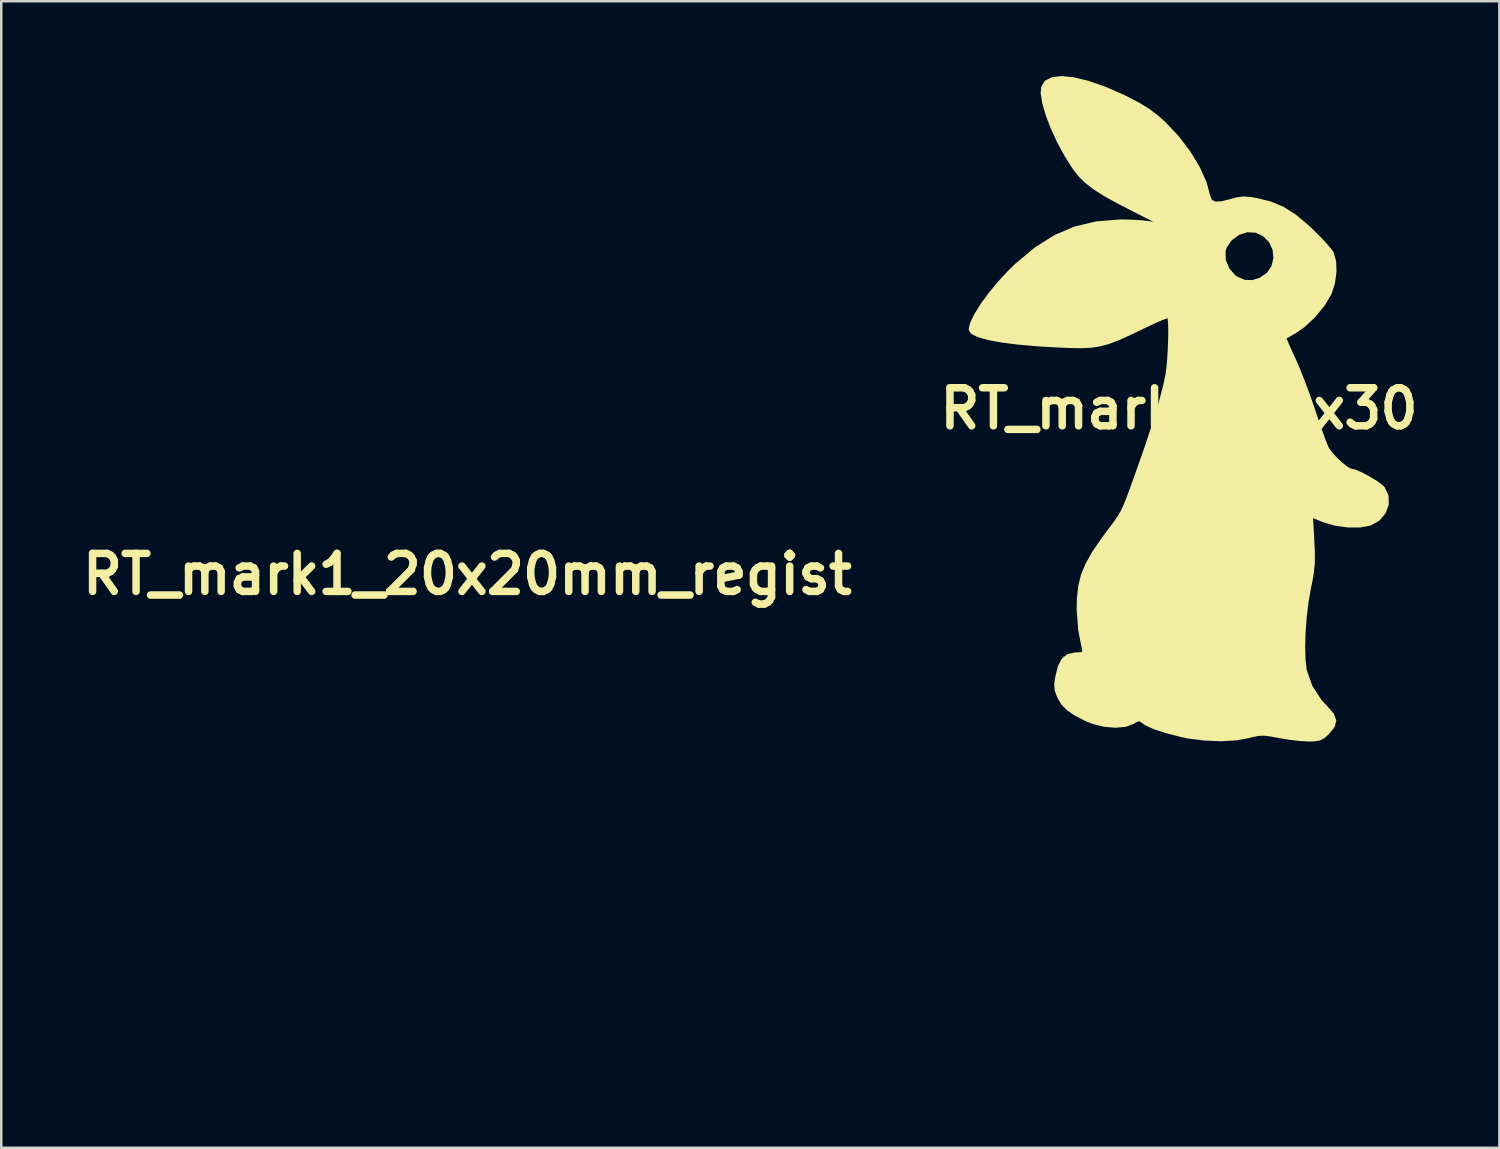
<source format=kicad_pcb>
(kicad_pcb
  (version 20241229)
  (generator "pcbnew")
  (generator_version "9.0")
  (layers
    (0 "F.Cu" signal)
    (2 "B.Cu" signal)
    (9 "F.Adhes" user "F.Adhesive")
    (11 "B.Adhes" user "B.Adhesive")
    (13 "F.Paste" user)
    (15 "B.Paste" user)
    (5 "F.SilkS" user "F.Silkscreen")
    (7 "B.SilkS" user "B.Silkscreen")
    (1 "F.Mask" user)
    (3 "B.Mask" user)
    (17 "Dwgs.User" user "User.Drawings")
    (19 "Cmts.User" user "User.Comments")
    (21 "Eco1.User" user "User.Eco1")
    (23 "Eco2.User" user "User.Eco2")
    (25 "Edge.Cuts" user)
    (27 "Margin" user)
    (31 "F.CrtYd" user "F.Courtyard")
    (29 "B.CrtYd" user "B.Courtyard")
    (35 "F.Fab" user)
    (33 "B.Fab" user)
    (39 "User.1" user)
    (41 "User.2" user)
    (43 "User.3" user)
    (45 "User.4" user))
  (footprint "RT_mark1_30x30"
    (layer "F.Cu")
    (at 44.206 13.327)
    (property "Reference" "RT_mark1_30x30" (at 0 0 0) (layer "F.SilkS") (effects (font (size 1.524 1.524) (thickness 0.3))))
    (attr through_hole)
    (fp_poly (pts (xy 8.359 3.832) (xy 8.241 4.163) (xy 8.01 4.443) (xy 7.681 4.633) (xy 7.659 4.641) (xy 7.259 4.714) (xy 6.774 4.714) (xy 6.269 4.646) (xy 5.808 4.514) (xy 5.771 4.499) (xy 5.319 4.313) (xy 5.375 5.31) (xy 5.396 5.8) (xy 5.393 6.188) (xy 5.361 6.539) (xy 5.296 6.921) (xy 5.247 7.154) (xy 5.147 7.713) (xy 5.072 8.326) (xy 5.024 8.951) (xy 5.007 9.544) (xy 5.021 10.062) (xy 5.069 10.464) (xy 5.078 10.509) (xy 5.303 11.146) (xy 5.669 11.708) (xy 5.92 11.976) (xy 6.163 12.257) (xy 6.253 12.5) (xy 6.193 12.737) (xy 5.984 12.999) (xy 5.977 13.005) (xy 5.794 13.171) (xy 5.627 13.257) (xy 5.407 13.289) (xy 5.194 13.293) (xy 4.862 13.275) (xy 4.45 13.228) (xy 4.04 13.162) (xy 4.001 13.154) (xy 3.834 13.123) (xy 3.834 -6.031) (xy 3.799 -6.376) (xy 3.653 -6.695) (xy 3.4 -6.952) (xy 3.083 -7.1) (xy 2.729 -7.119) (xy 2.378 -7.002) (xy 2.076 -6.78) (xy 1.869 -6.481) (xy 1.815 -6.307) (xy 1.826 -5.949) (xy 1.968 -5.597) (xy 2.214 -5.314) (xy 2.302 -5.252) (xy 2.627 -5.108) (xy 2.944 -5.101) (xy 3.245 -5.195) (xy 3.56 -5.405) (xy 3.756 -5.695) (xy 3.834 -6.031) (xy 3.834 13.123) (xy 3.643 13.088) (xy 3.389 13.059) (xy 3.179 13.069) (xy 2.95 13.116) (xy 2.811 13.154) (xy 2.303 13.247) (xy 1.694 13.282) (xy 1.038 13.258) (xy 0.393 13.177) (xy 0.127 13.123) (xy -0.51 12.96) (xy -0.999 12.801) (xy -1.333 12.647) (xy -1.449 12.564) (xy -1.565 12.484) (xy -1.682 12.499) (xy -1.831 12.588) (xy -2.136 12.704) (xy -2.54 12.742) (xy -2.995 12.704) (xy -3.451 12.591) (xy -3.676 12.502) (xy -4.134 12.272) (xy -4.459 12.053) (xy -4.684 11.819) (xy -4.836 11.553) (xy -4.931 11.292) (xy -4.952 11.054) (xy -4.912 10.76) (xy -4.804 10.332) (xy -4.659 10.05) (xy -4.455 9.888) (xy -4.17 9.825) (xy -4.06 9.821) (xy -3.878 9.807) (xy -3.823 9.739) (xy -3.842 9.631) (xy -3.991 8.874) (xy -4.052 8.065) (xy -4.044 7.613) (xy -3.991 7.126) (xy -3.882 6.678) (xy -3.7 6.235) (xy -3.431 5.76) (xy -3.058 5.216) (xy -2.925 5.038) (xy -2.702 4.74) (xy -2.531 4.508) (xy -2.399 4.311) (xy -2.288 4.119) (xy -2.185 3.901) (xy -2.074 3.627) (xy -1.94 3.267) (xy -1.768 2.79) (xy -1.688 2.568) (xy -1.323 1.529) (xy -1.015 0.592) (xy -0.767 -0.23) (xy -0.585 -0.923) (xy -0.501 -1.312) (xy -0.46 -1.597) (xy -0.426 -1.96) (xy -0.401 -2.364) (xy -0.386 -2.771) (xy -0.381 -3.143) (xy -0.389 -3.442) (xy -0.41 -3.631) (xy -0.427 -3.673) (xy -0.517 -3.656) (xy -0.727 -3.575) (xy -1.027 -3.444) (xy -1.386 -3.274) (xy -1.417 -3.26) (xy -1.989 -2.984) (xy -2.449 -2.779) (xy -2.835 -2.633) (xy -3.185 -2.539) (xy -3.538 -2.488) (xy -3.931 -2.471) (xy -4.403 -2.479) (xy -4.741 -2.493) (xy -5.648 -2.544) (xy -6.441 -2.613) (xy -7.111 -2.699) (xy -7.65 -2.799) (xy -8.047 -2.912) (xy -8.294 -3.036) (xy -8.382 -3.17) (xy -8.382 -3.173) (xy -8.322 -3.429) (xy -8.156 -3.772) (xy -7.901 -4.179) (xy -7.575 -4.623) (xy -7.197 -5.079) (xy -6.784 -5.521) (xy -6.521 -5.776) (xy -5.746 -6.421) (xy -4.971 -6.909) (xy -4.171 -7.249) (xy -3.321 -7.452) (xy -2.397 -7.529) (xy -2.201 -7.53) (xy -1.82 -7.518) (xy -1.442 -7.492) (xy -1.163 -7.459) (xy -0.935 -7.425) (xy -0.8 -7.411) (xy -0.782 -7.414) (xy -0.862 -7.458) (xy -1.064 -7.563) (xy -1.362 -7.714) (xy -1.725 -7.897) (xy -1.82 -7.945) (xy -2.465 -8.277) (xy -2.977 -8.562) (xy -3.38 -8.816) (xy -3.696 -9.057) (xy -3.95 -9.3) (xy -4.165 -9.564) (xy -4.212 -9.629) (xy -4.539 -10.141) (xy -4.837 -10.689) (xy -5.092 -11.242) (xy -5.294 -11.771) (xy -5.432 -12.246) (xy -5.493 -12.637) (xy -5.477 -12.879) (xy -5.34 -13.104) (xy -5.076 -13.236) (xy -4.696 -13.277) (xy -4.213 -13.227) (xy -3.64 -13.088) (xy -2.989 -12.862) (xy -2.272 -12.551) (xy -2.138 -12.486) (xy -1.623 -12.219) (xy -1.213 -11.968) (xy -0.855 -11.695) (xy -0.589 -11.457) (xy -0.06 -10.898) (xy 0.404 -10.289) (xy 0.784 -9.665) (xy 1.058 -9.058) (xy 1.203 -8.518) (xy 1.279 -8.331) (xy 1.446 -8.247) (xy 1.722 -8.261) (xy 2.027 -8.338) (xy 2.34 -8.422) (xy 2.591 -8.452) (xy 2.864 -8.432) (xy 3.109 -8.391) (xy 3.667 -8.252) (xy 4.166 -8.043) (xy 4.647 -7.739) (xy 5.154 -7.316) (xy 5.316 -7.164) (xy 5.612 -6.87) (xy 5.87 -6.595) (xy 6.06 -6.373) (xy 6.146 -6.251) (xy 6.245 -5.914) (xy 6.263 -5.491) (xy 6.204 -5.04) (xy 6.069 -4.62) (xy 6.057 -4.594) (xy 5.789 -4.146) (xy 5.419 -3.697) (xy 5 -3.305) (xy 4.66 -3.068) (xy 4.439 -2.942) (xy 4.29 -2.856) (xy 4.254 -2.834) (xy 4.278 -2.757) (xy 4.362 -2.56) (xy 4.49 -2.274) (xy 4.607 -2.024) (xy 4.772 -1.647) (xy 4.966 -1.162) (xy 5.168 -0.626) (xy 5.356 -0.093) (xy 5.406 0.056) (xy 5.56 0.515) (xy 5.707 0.936) (xy 5.834 1.283) (xy 5.928 1.522) (xy 5.961 1.593) (xy 6.089 1.776) (xy 6.286 1.993) (xy 6.51 2.203) (xy 6.72 2.369) (xy 6.872 2.452) (xy 6.894 2.455) (xy 7.072 2.5) (xy 7.336 2.616) (xy 7.634 2.775) (xy 7.916 2.948) (xy 8.13 3.106) (xy 8.198 3.176) (xy 8.349 3.49) (xy 8.359 3.832)) (stroke (width 0.1) (type solid)) (fill yes) (layer "F.SilkS")))
  (footprint "RT_mark1_20x20mm_regist"
    (layer "F.Cu")
    (at 15.683 19.965)
    (property "Reference" "RT_mark1_20x20mm_regist" (at 0 0 0) (layer "F.SilkS") (effects (font (size 1.524 1.524) (thickness 0.3))))
    (attr through_hole)
    (fp_poly (pts (xy 12.538 5.749) (xy 12.361 6.244) (xy 12.015 6.664) (xy 11.522 6.95) (xy 11.489 6.961) (xy 10.889 7.071) (xy 10.161 7.071) (xy 9.403 6.969) (xy 8.712 6.771) (xy 8.656 6.749) (xy 7.978 6.469) (xy 8.062 7.965) (xy 8.094 8.7) (xy 8.089 9.282) (xy 8.042 9.809) (xy 7.944 10.382) (xy 7.871 10.732) (xy 7.72 11.57) (xy 7.608 12.49) (xy 7.537 13.426) (xy 7.51 14.315) (xy 7.531 15.094) (xy 7.603 15.697) (xy 7.618 15.764) (xy 7.954 16.72) (xy 8.504 17.561) (xy 8.88 17.965) (xy 9.244 18.385) (xy 9.38 18.75) (xy 9.29 19.105) (xy 8.975 19.498) (xy 8.966 19.507) (xy 8.692 19.756) (xy 8.441 19.885) (xy 8.11 19.933) (xy 7.791 19.939) (xy 7.294 19.912) (xy 6.675 19.842) (xy 6.06 19.743) (xy 6.002 19.731) (xy 5.751 19.685) (xy 5.751 -9.046) (xy 5.699 -9.564) (xy 5.48 -10.042) (xy 5.1 -10.427) (xy 4.624 -10.651) (xy 4.093 -10.678) (xy 3.567 -10.503) (xy 3.114 -10.17) (xy 2.803 -9.721) (xy 2.722 -9.46) (xy 2.739 -8.923) (xy 2.953 -8.396) (xy 3.32 -7.97) (xy 3.453 -7.877) (xy 3.94 -7.662) (xy 4.416 -7.652) (xy 4.868 -7.793) (xy 5.34 -8.107) (xy 5.633 -8.543) (xy 5.751 -9.046) (xy 5.751 19.685) (xy 5.465 19.632) (xy 5.084 19.589) (xy 4.768 19.603) (xy 4.426 19.674) (xy 4.216 19.731) (xy 3.455 19.871) (xy 2.541 19.922) (xy 1.557 19.887) (xy 0.59 19.765) (xy 0.191 19.684) (xy -0.764 19.441) (xy -1.499 19.201) (xy -2 18.97) (xy -2.174 18.846) (xy -2.347 18.726) (xy -2.522 18.749) (xy -2.746 18.881) (xy -3.204 19.056) (xy -3.811 19.113) (xy -4.493 19.055) (xy -5.176 18.887) (xy -5.514 18.754) (xy -6.201 18.408) (xy -6.689 18.08) (xy -7.026 17.729) (xy -7.254 17.33) (xy -7.396 16.938) (xy -7.428 16.58) (xy -7.368 16.14) (xy -7.206 15.499) (xy -6.988 15.074) (xy -6.682 14.832) (xy -6.255 14.737) (xy -6.09 14.732) (xy -5.816 14.71) (xy -5.735 14.608) (xy -5.763 14.446) (xy -5.986 13.311) (xy -6.078 12.097) (xy -6.065 11.42) (xy -5.986 10.689) (xy -5.823 10.018) (xy -5.55 9.353) (xy -5.146 8.64) (xy -4.586 7.825) (xy -4.388 7.556) (xy -4.053 7.11) (xy -3.797 6.762) (xy -3.598 6.466) (xy -3.432 6.178) (xy -3.278 5.851) (xy -3.111 5.44) (xy -2.911 4.9) (xy -2.652 4.185) (xy -2.532 3.852) (xy -1.985 2.294) (xy -1.522 0.888) (xy -1.151 -0.346) (xy -0.878 -1.385) (xy -0.751 -1.968) (xy -0.69 -2.395) (xy -0.639 -2.94) (xy -0.602 -3.546) (xy -0.579 -4.157) (xy -0.572 -4.715) (xy -0.584 -5.163) (xy -0.616 -5.446) (xy -0.641 -5.509) (xy -0.775 -5.483) (xy -1.09 -5.363) (xy -1.54 -5.166) (xy -2.079 -4.912) (xy -2.125 -4.889) (xy -2.983 -4.477) (xy -3.673 -4.168) (xy -4.252 -3.95) (xy -4.777 -3.809) (xy -5.307 -3.732) (xy -5.897 -3.707) (xy -6.605 -3.719) (xy -7.112 -3.739) (xy -8.471 -3.816) (xy -9.661 -3.92) (xy -10.667 -4.048) (xy -11.475 -4.198) (xy -12.071 -4.368) (xy -12.442 -4.554) (xy -12.573 -4.755) (xy -12.573 -4.76) (xy -12.484 -5.143) (xy -12.234 -5.659) (xy -11.851 -6.268) (xy -11.362 -6.935) (xy -10.795 -7.619) (xy -10.177 -8.282) (xy -9.782 -8.664) (xy -8.619 -9.632) (xy -7.456 -10.363) (xy -6.256 -10.874) (xy -4.982 -11.179) (xy -3.596 -11.293) (xy -3.302 -11.294) (xy -2.729 -11.277) (xy -2.162 -11.238) (xy -1.745 -11.188) (xy -1.403 -11.137) (xy -1.2 -11.116) (xy -1.174 -11.122) (xy -1.293 -11.187) (xy -1.597 -11.344) (xy -2.042 -11.571) (xy -2.587 -11.846) (xy -2.731 -11.918) (xy -3.698 -12.415) (xy -4.466 -12.842) (xy -5.069 -13.224) (xy -5.544 -13.585) (xy -5.925 -13.951) (xy -6.248 -14.345) (xy -6.318 -14.444) (xy -6.809 -15.212) (xy -7.255 -16.033) (xy -7.638 -16.863) (xy -7.942 -17.656) (xy -8.148 -18.369) (xy -8.239 -18.956) (xy -8.215 -19.319) (xy -8.01 -19.656) (xy -7.614 -19.854) (xy -7.044 -19.915) (xy -6.32 -19.84) (xy -5.46 -19.632) (xy -4.483 -19.293) (xy -3.408 -18.826) (xy -3.208 -18.729) (xy -2.434 -18.329) (xy -1.82 -17.951) (xy -1.283 -17.543) (xy -0.884 -17.186) (xy -0.091 -16.348) (xy 0.606 -15.434) (xy 1.176 -14.497) (xy 1.586 -13.587) (xy 1.804 -12.777) (xy 1.918 -12.497) (xy 2.169 -12.371) (xy 2.583 -12.392) (xy 3.04 -12.507) (xy 3.51 -12.633) (xy 3.887 -12.678) (xy 4.296 -12.648) (xy 4.663 -12.587) (xy 5.501 -12.379) (xy 6.249 -12.064) (xy 6.971 -11.608) (xy 7.731 -10.974) (xy 7.974 -10.745) (xy 8.418 -10.305) (xy 8.805 -9.893) (xy 9.09 -9.56) (xy 9.219 -9.376) (xy 9.368 -8.872) (xy 9.395 -8.237) (xy 9.305 -7.56) (xy 9.104 -6.93) (xy 9.086 -6.891) (xy 8.684 -6.22) (xy 8.129 -5.546) (xy 7.5 -4.958) (xy 6.989 -4.602) (xy 6.659 -4.413) (xy 6.436 -4.284) (xy 6.38 -4.252) (xy 6.417 -4.136) (xy 6.542 -3.84) (xy 6.735 -3.412) (xy 6.91 -3.036) (xy 7.158 -2.47) (xy 7.449 -1.743) (xy 7.751 -0.939) (xy 8.033 -0.14) (xy 8.109 0.084) (xy 8.341 0.773) (xy 8.561 1.404) (xy 8.751 1.924) (xy 8.892 2.282) (xy 8.941 2.389) (xy 9.134 2.665) (xy 9.429 2.989) (xy 9.765 3.305) (xy 10.079 3.554) (xy 10.308 3.678) (xy 10.342 3.683) (xy 10.609 3.751) (xy 11.004 3.925) (xy 11.452 4.162) (xy 11.874 4.422) (xy 12.194 4.66) (xy 12.298 4.764) (xy 12.524 5.236) (xy 12.538 5.749)) (stroke (width 0.1) (type solid)) (fill yes) (layer "F.Mask")))
  (gr_rect
    (start -3 -3)
    (end 57.047 42.954)
    (stroke (width 0.1) (type default))
    (fill no)
    (layer "Edge.Cuts")))
</source>
